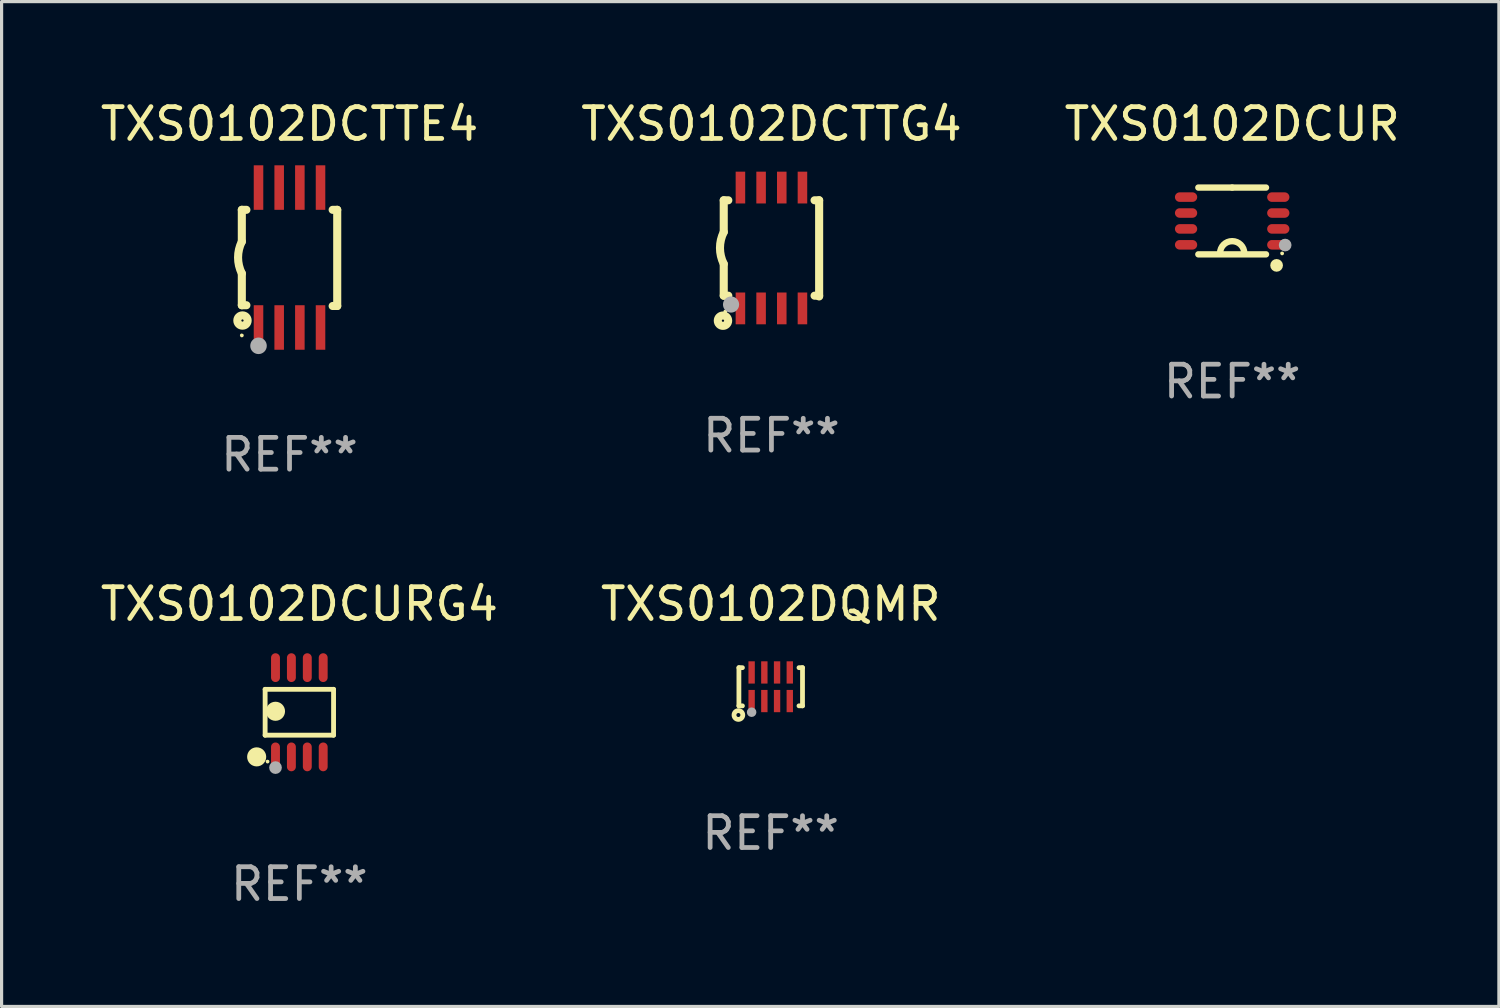
<source format=kicad_pcb>
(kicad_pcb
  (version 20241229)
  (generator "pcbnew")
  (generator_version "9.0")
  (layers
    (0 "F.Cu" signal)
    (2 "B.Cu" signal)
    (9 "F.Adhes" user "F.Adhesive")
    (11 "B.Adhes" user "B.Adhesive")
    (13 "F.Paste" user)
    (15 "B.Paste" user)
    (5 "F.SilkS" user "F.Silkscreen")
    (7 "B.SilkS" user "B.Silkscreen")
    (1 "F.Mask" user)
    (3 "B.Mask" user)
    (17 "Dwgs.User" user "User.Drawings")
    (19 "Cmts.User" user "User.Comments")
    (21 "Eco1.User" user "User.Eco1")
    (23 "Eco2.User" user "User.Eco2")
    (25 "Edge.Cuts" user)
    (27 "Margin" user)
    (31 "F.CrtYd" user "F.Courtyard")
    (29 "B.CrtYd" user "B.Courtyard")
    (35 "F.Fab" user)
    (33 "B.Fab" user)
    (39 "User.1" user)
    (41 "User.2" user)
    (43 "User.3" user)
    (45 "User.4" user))
  (footprint "TXS0102DCTTE4"
    (layer "F.Cu")
    (at 6.054 5.048)
    (property "Reference" "TXS0102DCTTE4" (at 0 -4.2 0) (layer "F.SilkS") (effects (font (size 1 1) (thickness 0.15))))
    (attr through_hole)
    (fp_line (start -1.5 -1.5) (end -1.5 -0.5) (stroke (width 0.254) (type solid)) (layer "F.SilkS"))
    (fp_line (start -1.5 -1.5) (end -1.356 -1.5) (stroke (width 0.254) (type solid)) (layer "F.SilkS"))
    (fp_line (start -1.5 1.5) (end -1.5 0.5) (stroke (width 0.254) (type solid)) (layer "F.SilkS"))
    (fp_line (start -1.5 1.5) (end -1.356 1.5) (stroke (width 0.254) (type solid)) (layer "F.SilkS"))
    (fp_line (start 1.356 -1.5) (end 1.5 -1.5) (stroke (width 0.254) (type solid)) (layer "F.SilkS"))
    (fp_line (start 1.5 -1.5) (end 1.5 1.524) (stroke (width 0.254) (type solid)) (layer "F.SilkS"))
    (fp_line (start 1.5 1.524) (end 1.356 1.524) (stroke (width 0.254) (type solid)) (layer "F.SilkS"))
    (fp_arc (start -1.500203 0.499137) (mid -1.618067 -0.000468) (end -1.5 -0.500025) (stroke (width 0.254001) (type solid)) (layer "F.SilkS"))
    (fp_circle (center -1.5 2.449) (end -1.47 2.449) (stroke (width 0.06) (type solid)) (fill no) (layer "F.SilkS"))
    (fp_circle (center -1.479 1.981) (end -1.444 1.981) (stroke (width 0.254) (type solid)) (fill no) (layer "F.SilkS"))
    (fp_circle (center -0.975 2.776) (end -0.845 2.776) (stroke (width 0.26) (type solid)) (fill no) (layer "F.Fab"))
    (fp_text user "REF**" (at 0 6.2 0) (layer "F.Fab") (effects (font (size 1 1) (thickness 0.15))))
    (pad "1" smd rect (at -0.975 2.2) (size 0.3 1.4) (layers "F.Cu" "F.Mask" "F.Paste"))
    (pad "2" smd rect (at -0.325 2.2) (size 0.3 1.4) (layers "F.Cu" "F.Mask" "F.Paste"))
    (pad "3" smd rect (at 0.325 2.2) (size 0.3 1.4) (layers "F.Cu" "F.Mask" "F.Paste"))
    (pad "4" smd rect (at 0.975 2.2) (size 0.3 1.4) (layers "F.Cu" "F.Mask" "F.Paste"))
    (pad "5" smd rect (at 0.975 -2.2) (size 0.3 1.4) (layers "F.Cu" "F.Mask" "F.Paste"))
    (pad "6" smd rect (at 0.325 -2.2) (size 0.3 1.4) (layers "F.Cu" "F.Mask" "F.Paste"))
    (pad "7" smd rect (at -0.325 -2.2) (size 0.3 1.4) (layers "F.Cu" "F.Mask" "F.Paste"))
    (pad "8" smd rect (at -0.975 -2.2) (size 0.3 1.4) (layers "F.Cu" "F.Mask" "F.Paste")))
  (footprint "TXS0102DQMR"
    (layer "F.Cu")
    (at 21.185 18.545)
    (property "Reference" "TXS0102DQMR" (at 0 -2.6 0) (layer "F.SilkS") (effects (font (size 1 1) (thickness 0.15))))
    (attr through_hole)
    (fp_line (start -1 -0.6) (end -1 0.6) (stroke (width 0.15) (type solid)) (layer "F.SilkS"))
    (fp_line (start -1 0.6) (end -0.889 0.6) (stroke (width 0.15) (type solid)) (layer "F.SilkS"))
    (fp_line (start -0.889 -0.6) (end -1 -0.6) (stroke (width 0.15) (type solid)) (layer "F.SilkS"))
    (fp_line (start 0.889 0.6) (end 1 0.6) (stroke (width 0.15) (type solid)) (layer "F.SilkS"))
    (fp_line (start 1 -0.6) (end 0.889 -0.6) (stroke (width 0.15) (type solid)) (layer "F.SilkS"))
    (fp_line (start 1 0.6) (end 1 -0.6) (stroke (width 0.15) (type solid)) (layer "F.SilkS"))
    (fp_circle (center -1.016 0.889) (end -0.953 0.889) (stroke (width 0.15) (type solid)) (fill no) (layer "F.SilkS"))
    (fp_circle (center -0.9 0.608) (end -0.87 0.608) (stroke (width 0.06) (type solid)) (fill no) (layer "F.SilkS"))
    (fp_circle (center -0.6 0.8) (end -0.525 0.8) (stroke (width 0.15) (type solid)) (fill no) (layer "F.Fab"))
    (fp_text user "REF**" (at 0 4.6 0) (layer "F.Fab") (effects (font (size 1 1) (thickness 0.15))))
    (pad "1" smd rect (at -0.6 0.45) (size 0.2 0.7) (layers "F.Cu" "F.Mask" "F.Paste"))
    (pad "2" smd rect (at -0.2 0.45) (size 0.2 0.7) (layers "F.Cu" "F.Mask" "F.Paste"))
    (pad "3" smd rect (at 0.2 0.45) (size 0.2 0.7) (layers "F.Cu" "F.Mask" "F.Paste"))
    (pad "4" smd rect (at 0.6 0.45) (size 0.2 0.7) (layers "F.Cu" "F.Mask" "F.Paste"))
    (pad "5" smd rect (at 0.6 -0.45) (size 0.2 0.7) (layers "F.Cu" "F.Mask" "F.Paste"))
    (pad "6" smd rect (at 0.2 -0.45) (size 0.2 0.7) (layers "F.Cu" "F.Mask" "F.Paste"))
    (pad "7" smd rect (at -0.2 -0.45) (size 0.2 0.7) (layers "F.Cu" "F.Mask" "F.Paste"))
    (pad "8" smd rect (at -0.6 -0.45) (size 0.2 0.7) (layers "F.Cu" "F.Mask" "F.Paste")))
  (footprint "TXS0102DCTTG4"
    (layer "F.Cu")
    (at 21.208 4.748)
    (property "Reference" "TXS0102DCTTG4" (at 0 -3.9 0) (layer "F.SilkS") (effects (font (size 1 1) (thickness 0.15))))
    (attr through_hole)
    (fp_line (start -1.5 -1.5) (end -1.5 -0.5) (stroke (width 0.254) (type solid)) (layer "F.SilkS"))
    (fp_line (start -1.5 -1.5) (end -1.356 -1.5) (stroke (width 0.254) (type solid)) (layer "F.SilkS"))
    (fp_line (start -1.5 1.5) (end -1.5 0.5) (stroke (width 0.254) (type solid)) (layer "F.SilkS"))
    (fp_line (start -1.5 1.5) (end -1.356 1.5) (stroke (width 0.254) (type solid)) (layer "F.SilkS"))
    (fp_line (start 1.356 -1.5) (end 1.5 -1.5) (stroke (width 0.254) (type solid)) (layer "F.SilkS"))
    (fp_line (start 1.356 1.5) (end 1.5 1.5) (stroke (width 0.254) (type solid)) (layer "F.SilkS"))
    (fp_line (start 1.5 -1.5) (end 1.5 1.524) (stroke (width 0.254) (type solid)) (layer "F.SilkS"))
    (fp_arc (start -1.500203 0.499111) (mid -1.618067 -0.000494) (end -1.5 -0.500051) (stroke (width 0.254001) (type solid)) (layer "F.SilkS"))
    (fp_circle (center -1.524 2.286) (end -1.488 2.286) (stroke (width 0.254) (type solid)) (fill no) (layer "F.SilkS"))
    (fp_circle (center -1.45 2) (end -1.42 2) (stroke (width 0.06) (type solid)) (fill no) (layer "F.SilkS"))
    (fp_circle (center -1.27 1.778) (end -1.143 1.778) (stroke (width 0.254) (type solid)) (fill no) (layer "F.Fab"))
    (fp_text user "REF**" (at 0 5.9 0) (layer "F.Fab") (effects (font (size 1 1) (thickness 0.15))))
    (pad "1" smd rect (at -0.975 1.9) (size 0.3 1) (layers "F.Cu" "F.Mask" "F.Paste"))
    (pad "2" smd rect (at -0.325 1.9) (size 0.3 1) (layers "F.Cu" "F.Mask" "F.Paste"))
    (pad "3" smd rect (at 0.325 1.9) (size 0.3 1) (layers "F.Cu" "F.Mask" "F.Paste"))
    (pad "4" smd rect (at 0.975 1.9) (size 0.3 1) (layers "F.Cu" "F.Mask" "F.Paste"))
    (pad "5" smd rect (at 0.975 -1.9) (size 0.3 1) (layers "F.Cu" "F.Mask" "F.Paste"))
    (pad "6" smd rect (at 0.325 -1.9) (size 0.3 1) (layers "F.Cu" "F.Mask" "F.Paste"))
    (pad "7" smd rect (at -0.325 -1.9) (size 0.3 1) (layers "F.Cu" "F.Mask" "F.Paste"))
    (pad "8" smd rect (at -0.975 -1.9) (size 0.3 1) (layers "F.Cu" "F.Mask" "F.Paste")))
  (footprint "TXS0102DCUR"
    (layer "F.Cu")
    (at 35.696 3.898)
    (property "Reference" "TXS0102DCUR" (at 0 -3.05 0) (layer "F.SilkS") (effects (font (size 1 1) (thickness 0.15))))
    (attr through_hole)
    (fp_line (start -1.064 1.05) (end 1.064 1.05) (stroke (width 0.2) (type solid)) (layer "F.SilkS"))
    (fp_line (start -0.000051 -1.05) (end -1.064 -1.05) (stroke (width 0.2) (type solid)) (layer "F.SilkS"))
    (fp_line (start -0.000051 -1.05) (end 1.064 -1.05) (stroke (width 0.2) (type solid)) (layer "F.SilkS"))
    (fp_arc (start -0.381102 1.015991) (mid -0.000077 0.635294) (end 0.38095 1.015989) (stroke (width 0.2) (type solid)) (layer "F.SilkS"))
    (fp_circle (center 1.397 1.397) (end 1.497 1.397) (stroke (width 0.2) (type solid)) (fill no) (layer "F.SilkS"))
    (fp_circle (center 1.57 1.02) (end 1.6 1.02) (stroke (width 0.06) (type solid)) (fill no) (layer "F.SilkS"))
    (fp_circle (center 1.666 0.758) (end 1.766 0.758) (stroke (width 0.2) (type solid)) (fill no) (layer "F.Fab"))
    (fp_text user "REF**" (at 0 5.05 0) (layer "F.Fab") (effects (font (size 1 1) (thickness 0.15))))
    (pad "1" smd oval (at 1.45 0.75 90) (size 0.3 0.7) (layers "F.Cu" "F.Mask" "F.Paste"))
    (pad "2" smd oval (at 1.45 0.25 90) (size 0.3 0.7) (layers "F.Cu" "F.Mask" "F.Paste"))
    (pad "3" smd oval (at 1.45 -0.25 90) (size 0.3 0.7) (layers "F.Cu" "F.Mask" "F.Paste"))
    (pad "4" smd oval (at 1.45 -0.75 90) (size 0.3 0.7) (layers "F.Cu" "F.Mask" "F.Paste"))
    (pad "5" smd oval (at -1.45 -0.75 90) (size 0.3 0.7) (layers "F.Cu" "F.Mask" "F.Paste"))
    (pad "6" smd oval (at -1.45 -0.25 90) (size 0.3 0.7) (layers "F.Cu" "F.Mask" "F.Paste"))
    (pad "7" smd oval (at -1.45 0.25 90) (size 0.3 0.7) (layers "F.Cu" "F.Mask" "F.Paste"))
    (pad "8" smd oval (at -1.45 0.75 90) (size 0.3 0.7) (layers "F.Cu" "F.Mask" "F.Paste")))
  (footprint "TXS0102DCURG4"
    (layer "F.Cu")
    (at 6.363 19.347)
    (property "Reference" "TXS0102DCURG4" (at 0 -3.403 0) (layer "F.SilkS") (effects (font (size 1 1) (thickness 0.15))))
    (attr through_hole)
    (fp_line (start -1.076 -0.721) (end 1.076 -0.721) (stroke (width 0.152) (type solid)) (layer "F.SilkS"))
    (fp_line (start -1.076 0.721) (end -1.076 -0.721) (stroke (width 0.152) (type solid)) (layer "F.SilkS"))
    (fp_line (start 1.076 -0.721) (end 1.076 0.721) (stroke (width 0.152) (type solid)) (layer "F.SilkS"))
    (fp_line (start 1.076 0.721) (end -1.076 0.721) (stroke (width 0.152) (type solid)) (layer "F.SilkS"))
    (fp_circle (center -1.342 1.403) (end -1.192 1.403) (stroke (width 0.3) (type solid)) (fill no) (layer "F.SilkS"))
    (fp_circle (center -1 1.55) (end -0.97 1.55) (stroke (width 0.06) (type solid)) (fill no) (layer "F.SilkS"))
    (fp_circle (center -0.75 -0.031) (end -0.6 -0.031) (stroke (width 0.3) (type solid)) (fill no) (layer "F.SilkS"))
    (fp_circle (center -0.75 1.74) (end -0.65 1.74) (stroke (width 0.2) (type solid)) (fill no) (layer "F.Fab"))
    (fp_text user "REF**" (at 0 5.403 0) (layer "F.Fab") (effects (font (size 1 1) (thickness 0.15))))
    (pad "1" smd oval (at -0.75 1.403) (size 0.28 0.905) (layers "F.Cu" "F.Mask" "F.Paste"))
    (pad "2" smd oval (at -0.25 1.403) (size 0.28 0.905) (layers "F.Cu" "F.Mask" "F.Paste"))
    (pad "3" smd oval (at 0.25 1.403) (size 0.28 0.905) (layers "F.Cu" "F.Mask" "F.Paste"))
    (pad "4" smd oval (at 0.75 1.403) (size 0.28 0.905) (layers "F.Cu" "F.Mask" "F.Paste"))
    (pad "5" smd oval (at 0.75 -1.403) (size 0.28 0.905) (layers "F.Cu" "F.Mask" "F.Paste"))
    (pad "6" smd oval (at 0.25 -1.403) (size 0.28 0.905) (layers "F.Cu" "F.Mask" "F.Paste"))
    (pad "7" smd oval (at -0.25 -1.403) (size 0.28 0.905) (layers "F.Cu" "F.Mask" "F.Paste"))
    (pad "8" smd oval (at -0.75 -1.403) (size 0.28 0.905) (layers "F.Cu" "F.Mask" "F.Paste")))
  (gr_rect
    (start -3 -3)
    (end 44.083 28.598)
    (stroke (width 0.1) (type default))
    (fill no)
    (layer "Edge.Cuts")))
</source>
